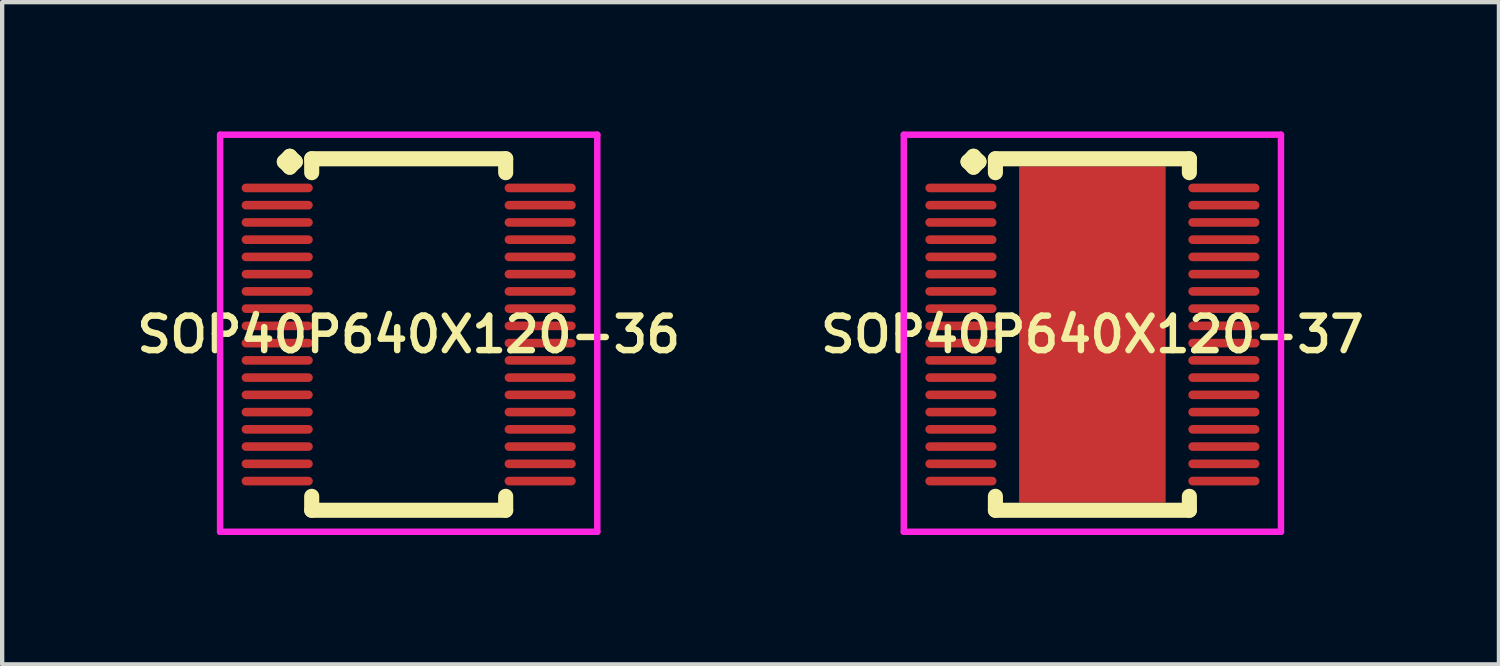
<source format=kicad_pcb>
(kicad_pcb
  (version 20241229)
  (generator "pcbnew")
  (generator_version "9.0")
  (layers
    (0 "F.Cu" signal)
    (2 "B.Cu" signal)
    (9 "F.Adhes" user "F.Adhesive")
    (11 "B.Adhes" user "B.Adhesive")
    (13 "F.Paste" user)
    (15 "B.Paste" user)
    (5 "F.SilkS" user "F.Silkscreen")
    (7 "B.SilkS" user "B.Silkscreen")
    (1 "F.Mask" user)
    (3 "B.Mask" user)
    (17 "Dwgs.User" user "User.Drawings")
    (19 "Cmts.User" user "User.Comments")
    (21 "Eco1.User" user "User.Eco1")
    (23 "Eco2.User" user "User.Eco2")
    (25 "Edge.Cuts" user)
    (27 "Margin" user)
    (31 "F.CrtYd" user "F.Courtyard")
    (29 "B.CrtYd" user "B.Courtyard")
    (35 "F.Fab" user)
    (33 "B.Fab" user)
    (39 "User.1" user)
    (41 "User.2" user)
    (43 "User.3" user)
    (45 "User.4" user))
  (footprint "SOP40P640X120-36"
    (layer "F.Cu")
    (at 6.431 4.71)
    (property "Reference" "SOP40P640X120-36" (at 0 0 0) (layer "F.SilkS") (effects (font (size 0.8 0.8) (thickness 0.15))))
    (attr smd)
    (fp_line (start -2.885 -4.008) (end -2.758 -4.135) (stroke (width 0.35) (type solid)) (layer "F.SilkS"))
    (fp_line (start -2.758 -4.135) (end -2.631 -4.008) (stroke (width 0.35) (type solid)) (layer "F.SilkS"))
    (fp_line (start -2.758 -3.881) (end -2.885 -4.008) (stroke (width 0.35) (type solid)) (layer "F.SilkS"))
    (fp_line (start -2.631 -4.008) (end -2.758 -3.881) (stroke (width 0.35) (type solid)) (layer "F.SilkS"))
    (fp_line (start -2.25 -4.077) (end 2.25 -4.077) (stroke (width 0.35) (type solid)) (layer "F.SilkS"))
    (fp_line (start -2.25 -3.754) (end -2.25 -4.077) (stroke (width 0.35) (type solid)) (layer "F.SilkS"))
    (fp_line (start -2.25 3.754) (end -2.25 4.077) (stroke (width 0.35) (type solid)) (layer "F.SilkS"))
    (fp_line (start -2.25 4.077) (end 2.25 4.077) (stroke (width 0.35) (type solid)) (layer "F.SilkS"))
    (fp_line (start 2.25 -4.077) (end 2.25 -3.754) (stroke (width 0.35) (type solid)) (layer "F.SilkS"))
    (fp_line (start 2.25 4.077) (end 2.25 3.754) (stroke (width 0.35) (type solid)) (layer "F.SilkS"))
    (fp_line (start -4.375 -4.635) (end 4.375 -4.635) (stroke (width 0.15) (type solid)) (layer "F.CrtYd"))
    (fp_line (start -4.375 4.577) (end -4.375 -4.635) (stroke (width 0.15) (type solid)) (layer "F.CrtYd"))
    (fp_line (start 4.375 -4.635) (end 4.375 4.577) (stroke (width 0.15) (type solid)) (layer "F.CrtYd"))
    (fp_line (start 4.375 4.577) (end -4.375 4.577) (stroke (width 0.15) (type solid)) (layer "F.CrtYd"))
    (pad "1" smd oval (at -3.05 -3.4) (size 1.65 0.2) (layers "F.Cu" "F.Mask" "F.Paste"))
    (pad "2" smd oval (at -3.05 -3) (size 1.65 0.2) (layers "F.Cu" "F.Mask" "F.Paste"))
    (pad "3" smd oval (at -3.05 -2.6) (size 1.65 0.2) (layers "F.Cu" "F.Mask" "F.Paste"))
    (pad "4" smd oval (at -3.05 -2.2) (size 1.65 0.2) (layers "F.Cu" "F.Mask" "F.Paste"))
    (pad "5" smd oval (at -3.05 -1.8) (size 1.65 0.2) (layers "F.Cu" "F.Mask" "F.Paste"))
    (pad "6" smd oval (at -3.05 -1.4) (size 1.65 0.2) (layers "F.Cu" "F.Mask" "F.Paste"))
    (pad "7" smd oval (at -3.05 -1) (size 1.65 0.2) (layers "F.Cu" "F.Mask" "F.Paste"))
    (pad "8" smd oval (at -3.05 -0.6) (size 1.65 0.2) (layers "F.Cu" "F.Mask" "F.Paste"))
    (pad "9" smd oval (at -3.05 -0.2) (size 1.65 0.2) (layers "F.Cu" "F.Mask" "F.Paste"))
    (pad "10" smd oval (at -3.05 0.2) (size 1.65 0.2) (layers "F.Cu" "F.Mask" "F.Paste"))
    (pad "11" smd oval (at -3.05 0.6) (size 1.65 0.2) (layers "F.Cu" "F.Mask" "F.Paste"))
    (pad "12" smd oval (at -3.05 1) (size 1.65 0.2) (layers "F.Cu" "F.Mask" "F.Paste"))
    (pad "13" smd oval (at -3.05 1.4) (size 1.65 0.2) (layers "F.Cu" "F.Mask" "F.Paste"))
    (pad "14" smd oval (at -3.05 1.8) (size 1.65 0.2) (layers "F.Cu" "F.Mask" "F.Paste"))
    (pad "15" smd oval (at -3.05 2.2) (size 1.65 0.2) (layers "F.Cu" "F.Mask" "F.Paste"))
    (pad "16" smd oval (at -3.05 2.6) (size 1.65 0.2) (layers "F.Cu" "F.Mask" "F.Paste"))
    (pad "17" smd oval (at -3.05 3) (size 1.65 0.2) (layers "F.Cu" "F.Mask" "F.Paste"))
    (pad "18" smd oval (at -3.05 3.4) (size 1.65 0.2) (layers "F.Cu" "F.Mask" "F.Paste"))
    (pad "19" smd oval (at 3.05 3.4) (size 1.65 0.2) (layers "F.Cu" "F.Mask" "F.Paste"))
    (pad "20" smd oval (at 3.05 3) (size 1.65 0.2) (layers "F.Cu" "F.Mask" "F.Paste"))
    (pad "21" smd oval (at 3.05 2.6) (size 1.65 0.2) (layers "F.Cu" "F.Mask" "F.Paste"))
    (pad "22" smd oval (at 3.05 2.2) (size 1.65 0.2) (layers "F.Cu" "F.Mask" "F.Paste"))
    (pad "23" smd oval (at 3.05 1.8) (size 1.65 0.2) (layers "F.Cu" "F.Mask" "F.Paste"))
    (pad "24" smd oval (at 3.05 1.4) (size 1.65 0.2) (layers "F.Cu" "F.Mask" "F.Paste"))
    (pad "25" smd oval (at 3.05 1) (size 1.65 0.2) (layers "F.Cu" "F.Mask" "F.Paste"))
    (pad "26" smd oval (at 3.05 0.6) (size 1.65 0.2) (layers "F.Cu" "F.Mask" "F.Paste"))
    (pad "27" smd oval (at 3.05 0.2) (size 1.65 0.2) (layers "F.Cu" "F.Mask" "F.Paste"))
    (pad "28" smd oval (at 3.05 -0.2) (size 1.65 0.2) (layers "F.Cu" "F.Mask" "F.Paste"))
    (pad "29" smd oval (at 3.05 -0.6) (size 1.65 0.2) (layers "F.Cu" "F.Mask" "F.Paste"))
    (pad "30" smd oval (at 3.05 -1) (size 1.65 0.2) (layers "F.Cu" "F.Mask" "F.Paste"))
    (pad "31" smd oval (at 3.05 -1.4) (size 1.65 0.2) (layers "F.Cu" "F.Mask" "F.Paste"))
    (pad "32" smd oval (at 3.05 -1.8) (size 1.65 0.2) (layers "F.Cu" "F.Mask" "F.Paste"))
    (pad "33" smd oval (at 3.05 -2.2) (size 1.65 0.2) (layers "F.Cu" "F.Mask" "F.Paste"))
    (pad "34" smd oval (at 3.05 -2.6) (size 1.65 0.2) (layers "F.Cu" "F.Mask" "F.Paste"))
    (pad "35" smd oval (at 3.05 -3) (size 1.65 0.2) (layers "F.Cu" "F.Mask" "F.Paste"))
    (pad "36" smd oval (at 3.05 -3.4) (size 1.65 0.2) (layers "F.Cu" "F.Mask" "F.Paste")))
  (footprint "SOP40P640X120-37"
    (layer "F.Cu")
    (at 22.292 4.71)
    (property "Reference" "SOP40P640X120-37" (at 0 0 0) (layer "F.SilkS") (effects (font (size 0.8 0.8) (thickness 0.15))))
    (attr smd)
    (fp_line (start -2.885 -4.008) (end -2.758 -4.135) (stroke (width 0.35) (type solid)) (layer "F.SilkS"))
    (fp_line (start -2.758 -4.135) (end -2.631 -4.008) (stroke (width 0.35) (type solid)) (layer "F.SilkS"))
    (fp_line (start -2.758 -3.881) (end -2.885 -4.008) (stroke (width 0.35) (type solid)) (layer "F.SilkS"))
    (fp_line (start -2.631 -4.008) (end -2.758 -3.881) (stroke (width 0.35) (type solid)) (layer "F.SilkS"))
    (fp_line (start -2.25 -4.077) (end 2.25 -4.077) (stroke (width 0.35) (type solid)) (layer "F.SilkS"))
    (fp_line (start -2.25 -3.754) (end -2.25 -4.077) (stroke (width 0.35) (type solid)) (layer "F.SilkS"))
    (fp_line (start -2.25 3.754) (end -2.25 4.077) (stroke (width 0.35) (type solid)) (layer "F.SilkS"))
    (fp_line (start -2.25 4.077) (end 2.25 4.077) (stroke (width 0.35) (type solid)) (layer "F.SilkS"))
    (fp_line (start 2.25 -4.077) (end 2.25 -3.754) (stroke (width 0.35) (type solid)) (layer "F.SilkS"))
    (fp_line (start 2.25 4.077) (end 2.25 3.754) (stroke (width 0.35) (type solid)) (layer "F.SilkS"))
    (fp_line (start -4.375 -4.635) (end 4.375 -4.635) (stroke (width 0.15) (type solid)) (layer "F.CrtYd"))
    (fp_line (start -4.375 4.577) (end -4.375 -4.635) (stroke (width 0.15) (type solid)) (layer "F.CrtYd"))
    (fp_line (start 4.375 -4.635) (end 4.375 4.577) (stroke (width 0.15) (type solid)) (layer "F.CrtYd"))
    (fp_line (start 4.375 4.577) (end -4.375 4.577) (stroke (width 0.15) (type solid)) (layer "F.CrtYd"))
    (pad "1" smd oval (at -3.05 -3.4) (size 1.65 0.2) (layers "F.Cu" "F.Mask" "F.Paste"))
    (pad "2" smd oval (at -3.05 -3) (size 1.65 0.2) (layers "F.Cu" "F.Mask" "F.Paste"))
    (pad "3" smd oval (at -3.05 -2.6) (size 1.65 0.2) (layers "F.Cu" "F.Mask" "F.Paste"))
    (pad "4" smd oval (at -3.05 -2.2) (size 1.65 0.2) (layers "F.Cu" "F.Mask" "F.Paste"))
    (pad "5" smd oval (at -3.05 -1.8) (size 1.65 0.2) (layers "F.Cu" "F.Mask" "F.Paste"))
    (pad "6" smd oval (at -3.05 -1.4) (size 1.65 0.2) (layers "F.Cu" "F.Mask" "F.Paste"))
    (pad "7" smd oval (at -3.05 -1) (size 1.65 0.2) (layers "F.Cu" "F.Mask" "F.Paste"))
    (pad "8" smd oval (at -3.05 -0.6) (size 1.65 0.2) (layers "F.Cu" "F.Mask" "F.Paste"))
    (pad "9" smd oval (at -3.05 -0.2) (size 1.65 0.2) (layers "F.Cu" "F.Mask" "F.Paste"))
    (pad "10" smd oval (at -3.05 0.2) (size 1.65 0.2) (layers "F.Cu" "F.Mask" "F.Paste"))
    (pad "11" smd oval (at -3.05 0.6) (size 1.65 0.2) (layers "F.Cu" "F.Mask" "F.Paste"))
    (pad "12" smd oval (at -3.05 1) (size 1.65 0.2) (layers "F.Cu" "F.Mask" "F.Paste"))
    (pad "13" smd oval (at -3.05 1.4) (size 1.65 0.2) (layers "F.Cu" "F.Mask" "F.Paste"))
    (pad "14" smd oval (at -3.05 1.8) (size 1.65 0.2) (layers "F.Cu" "F.Mask" "F.Paste"))
    (pad "15" smd oval (at -3.05 2.2) (size 1.65 0.2) (layers "F.Cu" "F.Mask" "F.Paste"))
    (pad "16" smd oval (at -3.05 2.6) (size 1.65 0.2) (layers "F.Cu" "F.Mask" "F.Paste"))
    (pad "17" smd oval (at -3.05 3) (size 1.65 0.2) (layers "F.Cu" "F.Mask" "F.Paste"))
    (pad "18" smd oval (at -3.05 3.4) (size 1.65 0.2) (layers "F.Cu" "F.Mask" "F.Paste"))
    (pad "19" smd oval (at 3.05 3.4) (size 1.65 0.2) (layers "F.Cu" "F.Mask" "F.Paste"))
    (pad "20" smd oval (at 3.05 3) (size 1.65 0.2) (layers "F.Cu" "F.Mask" "F.Paste"))
    (pad "21" smd oval (at 3.05 2.6) (size 1.65 0.2) (layers "F.Cu" "F.Mask" "F.Paste"))
    (pad "22" smd oval (at 3.05 2.2) (size 1.65 0.2) (layers "F.Cu" "F.Mask" "F.Paste"))
    (pad "23" smd oval (at 3.05 1.8) (size 1.65 0.2) (layers "F.Cu" "F.Mask" "F.Paste"))
    (pad "24" smd oval (at 3.05 1.4) (size 1.65 0.2) (layers "F.Cu" "F.Mask" "F.Paste"))
    (pad "25" smd oval (at 3.05 1) (size 1.65 0.2) (layers "F.Cu" "F.Mask" "F.Paste"))
    (pad "26" smd oval (at 3.05 0.6) (size 1.65 0.2) (layers "F.Cu" "F.Mask" "F.Paste"))
    (pad "27" smd oval (at 3.05 0.2) (size 1.65 0.2) (layers "F.Cu" "F.Mask" "F.Paste"))
    (pad "28" smd oval (at 3.05 -0.2) (size 1.65 0.2) (layers "F.Cu" "F.Mask" "F.Paste"))
    (pad "29" smd oval (at 3.05 -0.6) (size 1.65 0.2) (layers "F.Cu" "F.Mask" "F.Paste"))
    (pad "30" smd oval (at 3.05 -1) (size 1.65 0.2) (layers "F.Cu" "F.Mask" "F.Paste"))
    (pad "31" smd oval (at 3.05 -1.4) (size 1.65 0.2) (layers "F.Cu" "F.Mask" "F.Paste"))
    (pad "32" smd oval (at 3.05 -1.8) (size 1.65 0.2) (layers "F.Cu" "F.Mask" "F.Paste"))
    (pad "33" smd oval (at 3.05 -2.2) (size 1.65 0.2) (layers "F.Cu" "F.Mask" "F.Paste"))
    (pad "34" smd oval (at 3.05 -2.6) (size 1.65 0.2) (layers "F.Cu" "F.Mask" "F.Paste"))
    (pad "35" smd oval (at 3.05 -3) (size 1.65 0.2) (layers "F.Cu" "F.Mask" "F.Paste"))
    (pad "36" smd oval (at 3.05 -3.4) (size 1.65 0.2) (layers "F.Cu" "F.Mask" "F.Paste"))
    (pad "37" smd rect (at 0 0) (size 3.4 7.8) (layers "F.Cu" "F.Mask" "F.Paste")))
  (gr_rect
    (start -3 -3)
    (end 31.723 12.362)
    (stroke (width 0.1) (type default))
    (fill no)
    (layer "Edge.Cuts")))
</source>
